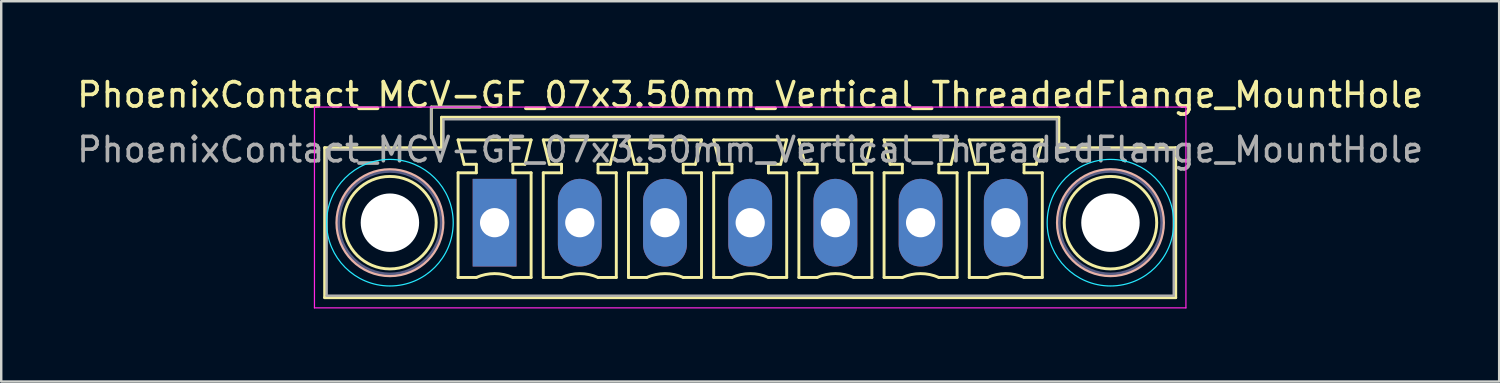
<source format=kicad_pcb>
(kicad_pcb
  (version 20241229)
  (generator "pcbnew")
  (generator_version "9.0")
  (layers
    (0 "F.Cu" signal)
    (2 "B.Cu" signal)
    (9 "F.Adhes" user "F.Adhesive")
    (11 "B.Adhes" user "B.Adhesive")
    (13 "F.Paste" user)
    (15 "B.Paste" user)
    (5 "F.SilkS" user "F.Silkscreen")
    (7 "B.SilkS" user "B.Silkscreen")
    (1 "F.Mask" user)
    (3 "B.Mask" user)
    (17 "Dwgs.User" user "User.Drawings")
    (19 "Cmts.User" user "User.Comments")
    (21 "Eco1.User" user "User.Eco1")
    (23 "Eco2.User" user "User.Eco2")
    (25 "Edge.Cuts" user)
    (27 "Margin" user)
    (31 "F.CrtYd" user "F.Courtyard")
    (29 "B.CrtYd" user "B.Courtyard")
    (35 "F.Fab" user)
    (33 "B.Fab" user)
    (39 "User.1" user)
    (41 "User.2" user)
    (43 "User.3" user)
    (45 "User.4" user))
  (footprint "PhoenixContact_MCV-GF_07x3.50mm_Vertical_ThreadedFlange_MountHole"
    (layer "F.Cu")
    (at 17.268 6.098)
    (property "Reference" "PhoenixContact_MCV-GF_07x3.50mm_Vertical_ThreadedFlange_MountHole" (at 10.5 -5.25 0) (layer "F.SilkS") (effects (font (size 1 1) (thickness 0.15))))
    (attr through_hole)
    (fp_line (start -6.98 -3.08) (end -6.98 3.08) (stroke (width 0.12) (type solid)) (layer "F.SilkS"))
    (fp_line (start -6.98 3.08) (end 27.98 3.08) (stroke (width 0.12) (type solid)) (layer "F.SilkS"))
    (fp_line (start -2.6 -4.75) (end -0.6 -4.75) (stroke (width 0.12) (type solid)) (layer "F.SilkS"))
    (fp_line (start -2.6 -3.5) (end -2.6 -4.75) (stroke (width 0.12) (type solid)) (layer "F.SilkS"))
    (fp_line (start -2.18 -4.33) (end -2.18 -3.08) (stroke (width 0.12) (type solid)) (layer "F.SilkS"))
    (fp_line (start -2.18 -3.08) (end -6.98 -3.08) (stroke (width 0.12) (type solid)) (layer "F.SilkS"))
    (fp_line (start -1.5 -3.4) (end 1.5 -3.4) (stroke (width 0.12) (type solid)) (layer "F.SilkS"))
    (fp_line (start -1.5 -2.05) (end -0.75 -2.05) (stroke (width 0.12) (type solid)) (layer "F.SilkS"))
    (fp_line (start -1.5 2.25) (end -1.5 -2.05) (stroke (width 0.12) (type solid)) (layer "F.SilkS"))
    (fp_line (start -1.25 -2.4) (end -1.5 -3.4) (stroke (width 0.12) (type solid)) (layer "F.SilkS"))
    (fp_line (start -0.75 -2.4) (end -1.25 -2.4) (stroke (width 0.12) (type solid)) (layer "F.SilkS"))
    (fp_line (start -0.75 -2.05) (end -0.75 -2.4) (stroke (width 0.12) (type solid)) (layer "F.SilkS"))
    (fp_line (start -0.75 2.25) (end -1.5 2.25) (stroke (width 0.12) (type solid)) (layer "F.SilkS"))
    (fp_line (start 0.75 -2.4) (end 0.75 -2.05) (stroke (width 0.12) (type solid)) (layer "F.SilkS"))
    (fp_line (start 0.75 -2.05) (end 1.5 -2.05) (stroke (width 0.12) (type solid)) (layer "F.SilkS"))
    (fp_line (start 1.25 -2.4) (end 0.75 -2.4) (stroke (width 0.12) (type solid)) (layer "F.SilkS"))
    (fp_line (start 1.5 -3.4) (end 1.25 -2.4) (stroke (width 0.12) (type solid)) (layer "F.SilkS"))
    (fp_line (start 1.5 -2.05) (end 1.5 2.25) (stroke (width 0.12) (type solid)) (layer "F.SilkS"))
    (fp_line (start 1.5 2.25) (end 0.75 2.25) (stroke (width 0.12) (type solid)) (layer "F.SilkS"))
    (fp_line (start 2 -3.4) (end 5 -3.4) (stroke (width 0.12) (type solid)) (layer "F.SilkS"))
    (fp_line (start 2 -2.05) (end 2.75 -2.05) (stroke (width 0.12) (type solid)) (layer "F.SilkS"))
    (fp_line (start 2 2.25) (end 2 -2.05) (stroke (width 0.12) (type solid)) (layer "F.SilkS"))
    (fp_line (start 2.25 -2.4) (end 2 -3.4) (stroke (width 0.12) (type solid)) (layer "F.SilkS"))
    (fp_line (start 2.75 -2.4) (end 2.25 -2.4) (stroke (width 0.12) (type solid)) (layer "F.SilkS"))
    (fp_line (start 2.75 -2.05) (end 2.75 -2.4) (stroke (width 0.12) (type solid)) (layer "F.SilkS"))
    (fp_line (start 2.75 2.25) (end 2 2.25) (stroke (width 0.12) (type solid)) (layer "F.SilkS"))
    (fp_line (start 4.25 -2.4) (end 4.25 -2.05) (stroke (width 0.12) (type solid)) (layer "F.SilkS"))
    (fp_line (start 4.25 -2.05) (end 5 -2.05) (stroke (width 0.12) (type solid)) (layer "F.SilkS"))
    (fp_line (start 4.75 -2.4) (end 4.25 -2.4) (stroke (width 0.12) (type solid)) (layer "F.SilkS"))
    (fp_line (start 5 -3.4) (end 4.75 -2.4) (stroke (width 0.12) (type solid)) (layer "F.SilkS"))
    (fp_line (start 5 -2.05) (end 5 2.25) (stroke (width 0.12) (type solid)) (layer "F.SilkS"))
    (fp_line (start 5 2.25) (end 4.25 2.25) (stroke (width 0.12) (type solid)) (layer "F.SilkS"))
    (fp_line (start 5.5 -3.4) (end 8.5 -3.4) (stroke (width 0.12) (type solid)) (layer "F.SilkS"))
    (fp_line (start 5.5 -2.05) (end 6.25 -2.05) (stroke (width 0.12) (type solid)) (layer "F.SilkS"))
    (fp_line (start 5.5 2.25) (end 5.5 -2.05) (stroke (width 0.12) (type solid)) (layer "F.SilkS"))
    (fp_line (start 5.75 -2.4) (end 5.5 -3.4) (stroke (width 0.12) (type solid)) (layer "F.SilkS"))
    (fp_line (start 6.25 -2.4) (end 5.75 -2.4) (stroke (width 0.12) (type solid)) (layer "F.SilkS"))
    (fp_line (start 6.25 -2.05) (end 6.25 -2.4) (stroke (width 0.12) (type solid)) (layer "F.SilkS"))
    (fp_line (start 6.25 2.25) (end 5.5 2.25) (stroke (width 0.12) (type solid)) (layer "F.SilkS"))
    (fp_line (start 7.75 -2.4) (end 7.75 -2.05) (stroke (width 0.12) (type solid)) (layer "F.SilkS"))
    (fp_line (start 7.75 -2.05) (end 8.5 -2.05) (stroke (width 0.12) (type solid)) (layer "F.SilkS"))
    (fp_line (start 8.25 -2.4) (end 7.75 -2.4) (stroke (width 0.12) (type solid)) (layer "F.SilkS"))
    (fp_line (start 8.5 -3.4) (end 8.25 -2.4) (stroke (width 0.12) (type solid)) (layer "F.SilkS"))
    (fp_line (start 8.5 -2.05) (end 8.5 2.25) (stroke (width 0.12) (type solid)) (layer "F.SilkS"))
    (fp_line (start 8.5 2.25) (end 7.75 2.25) (stroke (width 0.12) (type solid)) (layer "F.SilkS"))
    (fp_line (start 9 -3.4) (end 12 -3.4) (stroke (width 0.12) (type solid)) (layer "F.SilkS"))
    (fp_line (start 9 -2.05) (end 9.75 -2.05) (stroke (width 0.12) (type solid)) (layer "F.SilkS"))
    (fp_line (start 9 2.25) (end 9 -2.05) (stroke (width 0.12) (type solid)) (layer "F.SilkS"))
    (fp_line (start 9.25 -2.4) (end 9 -3.4) (stroke (width 0.12) (type solid)) (layer "F.SilkS"))
    (fp_line (start 9.75 -2.4) (end 9.25 -2.4) (stroke (width 0.12) (type solid)) (layer "F.SilkS"))
    (fp_line (start 9.75 -2.05) (end 9.75 -2.4) (stroke (width 0.12) (type solid)) (layer "F.SilkS"))
    (fp_line (start 9.75 2.25) (end 9 2.25) (stroke (width 0.12) (type solid)) (layer "F.SilkS"))
    (fp_line (start 11.25 -2.4) (end 11.25 -2.05) (stroke (width 0.12) (type solid)) (layer "F.SilkS"))
    (fp_line (start 11.25 -2.05) (end 12 -2.05) (stroke (width 0.12) (type solid)) (layer "F.SilkS"))
    (fp_line (start 11.75 -2.4) (end 11.25 -2.4) (stroke (width 0.12) (type solid)) (layer "F.SilkS"))
    (fp_line (start 12 -3.4) (end 11.75 -2.4) (stroke (width 0.12) (type solid)) (layer "F.SilkS"))
    (fp_line (start 12 -2.05) (end 12 2.25) (stroke (width 0.12) (type solid)) (layer "F.SilkS"))
    (fp_line (start 12 2.25) (end 11.25 2.25) (stroke (width 0.12) (type solid)) (layer "F.SilkS"))
    (fp_line (start 12.5 -3.4) (end 15.5 -3.4) (stroke (width 0.12) (type solid)) (layer "F.SilkS"))
    (fp_line (start 12.5 -2.05) (end 13.25 -2.05) (stroke (width 0.12) (type solid)) (layer "F.SilkS"))
    (fp_line (start 12.5 2.25) (end 12.5 -2.05) (stroke (width 0.12) (type solid)) (layer "F.SilkS"))
    (fp_line (start 12.75 -2.4) (end 12.5 -3.4) (stroke (width 0.12) (type solid)) (layer "F.SilkS"))
    (fp_line (start 13.25 -2.4) (end 12.75 -2.4) (stroke (width 0.12) (type solid)) (layer "F.SilkS"))
    (fp_line (start 13.25 -2.05) (end 13.25 -2.4) (stroke (width 0.12) (type solid)) (layer "F.SilkS"))
    (fp_line (start 13.25 2.25) (end 12.5 2.25) (stroke (width 0.12) (type solid)) (layer "F.SilkS"))
    (fp_line (start 14.75 -2.4) (end 14.75 -2.05) (stroke (width 0.12) (type solid)) (layer "F.SilkS"))
    (fp_line (start 14.75 -2.05) (end 15.5 -2.05) (stroke (width 0.12) (type solid)) (layer "F.SilkS"))
    (fp_line (start 15.25 -2.4) (end 14.75 -2.4) (stroke (width 0.12) (type solid)) (layer "F.SilkS"))
    (fp_line (start 15.5 -3.4) (end 15.25 -2.4) (stroke (width 0.12) (type solid)) (layer "F.SilkS"))
    (fp_line (start 15.5 -2.05) (end 15.5 2.25) (stroke (width 0.12) (type solid)) (layer "F.SilkS"))
    (fp_line (start 15.5 2.25) (end 14.75 2.25) (stroke (width 0.12) (type solid)) (layer "F.SilkS"))
    (fp_line (start 16 -3.4) (end 19 -3.4) (stroke (width 0.12) (type solid)) (layer "F.SilkS"))
    (fp_line (start 16 -2.05) (end 16.75 -2.05) (stroke (width 0.12) (type solid)) (layer "F.SilkS"))
    (fp_line (start 16 2.25) (end 16 -2.05) (stroke (width 0.12) (type solid)) (layer "F.SilkS"))
    (fp_line (start 16.25 -2.4) (end 16 -3.4) (stroke (width 0.12) (type solid)) (layer "F.SilkS"))
    (fp_line (start 16.75 -2.4) (end 16.25 -2.4) (stroke (width 0.12) (type solid)) (layer "F.SilkS"))
    (fp_line (start 16.75 -2.05) (end 16.75 -2.4) (stroke (width 0.12) (type solid)) (layer "F.SilkS"))
    (fp_line (start 16.75 2.25) (end 16 2.25) (stroke (width 0.12) (type solid)) (layer "F.SilkS"))
    (fp_line (start 18.25 -2.4) (end 18.25 -2.05) (stroke (width 0.12) (type solid)) (layer "F.SilkS"))
    (fp_line (start 18.25 -2.05) (end 19 -2.05) (stroke (width 0.12) (type solid)) (layer "F.SilkS"))
    (fp_line (start 18.75 -2.4) (end 18.25 -2.4) (stroke (width 0.12) (type solid)) (layer "F.SilkS"))
    (fp_line (start 19 -3.4) (end 18.75 -2.4) (stroke (width 0.12) (type solid)) (layer "F.SilkS"))
    (fp_line (start 19 -2.05) (end 19 2.25) (stroke (width 0.12) (type solid)) (layer "F.SilkS"))
    (fp_line (start 19 2.25) (end 18.25 2.25) (stroke (width 0.12) (type solid)) (layer "F.SilkS"))
    (fp_line (start 19.5 -3.4) (end 22.5 -3.4) (stroke (width 0.12) (type solid)) (layer "F.SilkS"))
    (fp_line (start 19.5 -2.05) (end 20.25 -2.05) (stroke (width 0.12) (type solid)) (layer "F.SilkS"))
    (fp_line (start 19.5 2.25) (end 19.5 -2.05) (stroke (width 0.12) (type solid)) (layer "F.SilkS"))
    (fp_line (start 19.75 -2.4) (end 19.5 -3.4) (stroke (width 0.12) (type solid)) (layer "F.SilkS"))
    (fp_line (start 20.25 -2.4) (end 19.75 -2.4) (stroke (width 0.12) (type solid)) (layer "F.SilkS"))
    (fp_line (start 20.25 -2.05) (end 20.25 -2.4) (stroke (width 0.12) (type solid)) (layer "F.SilkS"))
    (fp_line (start 20.25 2.25) (end 19.5 2.25) (stroke (width 0.12) (type solid)) (layer "F.SilkS"))
    (fp_line (start 21.75 -2.4) (end 21.75 -2.05) (stroke (width 0.12) (type solid)) (layer "F.SilkS"))
    (fp_line (start 21.75 -2.05) (end 22.5 -2.05) (stroke (width 0.12) (type solid)) (layer "F.SilkS"))
    (fp_line (start 22.25 -2.4) (end 21.75 -2.4) (stroke (width 0.12) (type solid)) (layer "F.SilkS"))
    (fp_line (start 22.5 -3.4) (end 22.25 -2.4) (stroke (width 0.12) (type solid)) (layer "F.SilkS"))
    (fp_line (start 22.5 -2.05) (end 22.5 2.25) (stroke (width 0.12) (type solid)) (layer "F.SilkS"))
    (fp_line (start 22.5 2.25) (end 21.75 2.25) (stroke (width 0.12) (type solid)) (layer "F.SilkS"))
    (fp_line (start 23.18 -4.33) (end -2.18 -4.33) (stroke (width 0.12) (type solid)) (layer "F.SilkS"))
    (fp_line (start 23.18 -3.08) (end 23.18 -4.33) (stroke (width 0.12) (type solid)) (layer "F.SilkS"))
    (fp_line (start 27.98 -3.08) (end 23.18 -3.08) (stroke (width 0.12) (type solid)) (layer "F.SilkS"))
    (fp_line (start 27.98 3.08) (end 27.98 -3.08) (stroke (width 0.12) (type solid)) (layer "F.SilkS"))
    (fp_arc (start -0.75 2.25) (mid -0.000193 2.09191) (end 0.749647 2.249844) (stroke (width 0.12) (type solid)) (layer "F.SilkS"))
    (fp_arc (start 2.75 2.25) (mid 3.499807 2.09191) (end 4.249647 2.249844) (stroke (width 0.12) (type solid)) (layer "F.SilkS"))
    (fp_arc (start 6.25 2.25) (mid 6.999807 2.09191) (end 7.749647 2.249844) (stroke (width 0.12) (type solid)) (layer "F.SilkS"))
    (fp_arc (start 9.75 2.25) (mid 10.499807 2.09191) (end 11.249647 2.249844) (stroke (width 0.12) (type solid)) (layer "F.SilkS"))
    (fp_arc (start 13.25 2.25) (mid 13.999807 2.09191) (end 14.749647 2.249844) (stroke (width 0.12) (type solid)) (layer "F.SilkS"))
    (fp_arc (start 16.75 2.25) (mid 17.499807 2.09191) (end 18.249647 2.249844) (stroke (width 0.12) (type solid)) (layer "F.SilkS"))
    (fp_arc (start 20.25 2.25) (mid 20.999807 2.09191) (end 21.749647 2.249844) (stroke (width 0.12) (type solid)) (layer "F.SilkS"))
    (fp_circle (center -4.3 0) (end -2.4 0) (stroke (width 0.12) (type solid)) (fill no) (layer "F.SilkS"))
    (fp_circle (center 25.3 0) (end 27.2 0) (stroke (width 0.12) (type solid)) (fill no) (layer "F.SilkS"))
    (fp_circle (center -4.3 0) (end -2.12 0) (stroke (width 0.12) (type solid)) (fill no) (layer "B.SilkS"))
    (fp_circle (center 25.3 0) (end 27.48 0) (stroke (width 0.12) (type solid)) (fill no) (layer "B.SilkS"))
    (fp_circle (center -4.3 0) (end -1.7 0) (stroke (width 0.05) (type solid)) (fill no) (layer "B.CrtYd"))
    (fp_circle (center 25.3 0) (end 27.9 0) (stroke (width 0.05) (type solid)) (fill no) (layer "B.CrtYd"))
    (fp_line (start -7.4 -4.75) (end -7.4 3.5) (stroke (width 0.05) (type solid)) (layer "F.CrtYd"))
    (fp_line (start -7.4 3.5) (end 28.4 3.5) (stroke (width 0.05) (type solid)) (layer "F.CrtYd"))
    (fp_line (start 28.4 -4.75) (end -7.4 -4.75) (stroke (width 0.05) (type solid)) (layer "F.CrtYd"))
    (fp_line (start 28.4 3.5) (end 28.4 -4.75) (stroke (width 0.05) (type solid)) (layer "F.CrtYd"))
    (fp_circle (center -4.3 0) (end -2.2 0) (stroke (width 0.1) (type solid)) (fill no) (layer "B.Fab"))
    (fp_circle (center 25.3 0) (end 27.4 0) (stroke (width 0.1) (type solid)) (fill no) (layer "B.Fab"))
    (fp_line (start -6.9 -3) (end -6.9 3) (stroke (width 0.1) (type solid)) (layer "F.Fab"))
    (fp_line (start -6.9 3) (end 27.9 3) (stroke (width 0.1) (type solid)) (layer "F.Fab"))
    (fp_line (start -2.6 -4.75) (end -0.6 -4.75) (stroke (width 0.1) (type solid)) (layer "F.Fab"))
    (fp_line (start -2.6 -3.5) (end -2.6 -4.75) (stroke (width 0.1) (type solid)) (layer "F.Fab"))
    (fp_line (start -2.1 -4.25) (end -2.1 -3) (stroke (width 0.1) (type solid)) (layer "F.Fab"))
    (fp_line (start -2.1 -3) (end -6.9 -3) (stroke (width 0.1) (type solid)) (layer "F.Fab"))
    (fp_line (start 23.1 -4.25) (end -2.1 -4.25) (stroke (width 0.1) (type solid)) (layer "F.Fab"))
    (fp_line (start 23.1 -3) (end 23.1 -4.25) (stroke (width 0.1) (type solid)) (layer "F.Fab"))
    (fp_line (start 27.9 -3) (end 23.1 -3) (stroke (width 0.1) (type solid)) (layer "F.Fab"))
    (fp_line (start 27.9 3) (end 27.9 -3) (stroke (width 0.1) (type solid)) (layer "F.Fab"))
    (fp_text user "${REFERENCE}" (at 10.5 -3 0) (layer "F.Fab") (effects (font (size 1 1) (thickness 0.15))))
    (pad "" np_thru_hole circle (at -4.3 0) (size 2.4 2.4) (drill 2.4) (layers "*.Cu" "*.Mask"))
    (pad "" np_thru_hole circle (at 25.3 0) (size 2.4 2.4) (drill 2.4) (layers "*.Cu" "*.Mask"))
    (pad "1" thru_hole rect (at 0 0) (size 1.8 3.6) (drill 1.2) (layers "*.Cu" "*.Mask"))
    (pad "2" thru_hole oval (at 3.5 0) (size 1.8 3.6) (drill 1.2) (layers "*.Cu" "*.Mask"))
    (pad "3" thru_hole oval (at 7 0) (size 1.8 3.6) (drill 1.2) (layers "*.Cu" "*.Mask"))
    (pad "4" thru_hole oval (at 10.5 0) (size 1.8 3.6) (drill 1.2) (layers "*.Cu" "*.Mask"))
    (pad "5" thru_hole oval (at 14 0) (size 1.8 3.6) (drill 1.2) (layers "*.Cu" "*.Mask"))
    (pad "6" thru_hole oval (at 17.5 0) (size 1.8 3.6) (drill 1.2) (layers "*.Cu" "*.Mask"))
    (pad "7" thru_hole oval (at 21 0) (size 1.8 3.6) (drill 1.2) (layers "*.Cu" "*.Mask")))
  (gr_rect
    (start -3 -3)
    (end 58.536 12.623)
    (stroke (width 0.1) (type default))
    (fill no)
    (layer "Edge.Cuts")))
</source>
